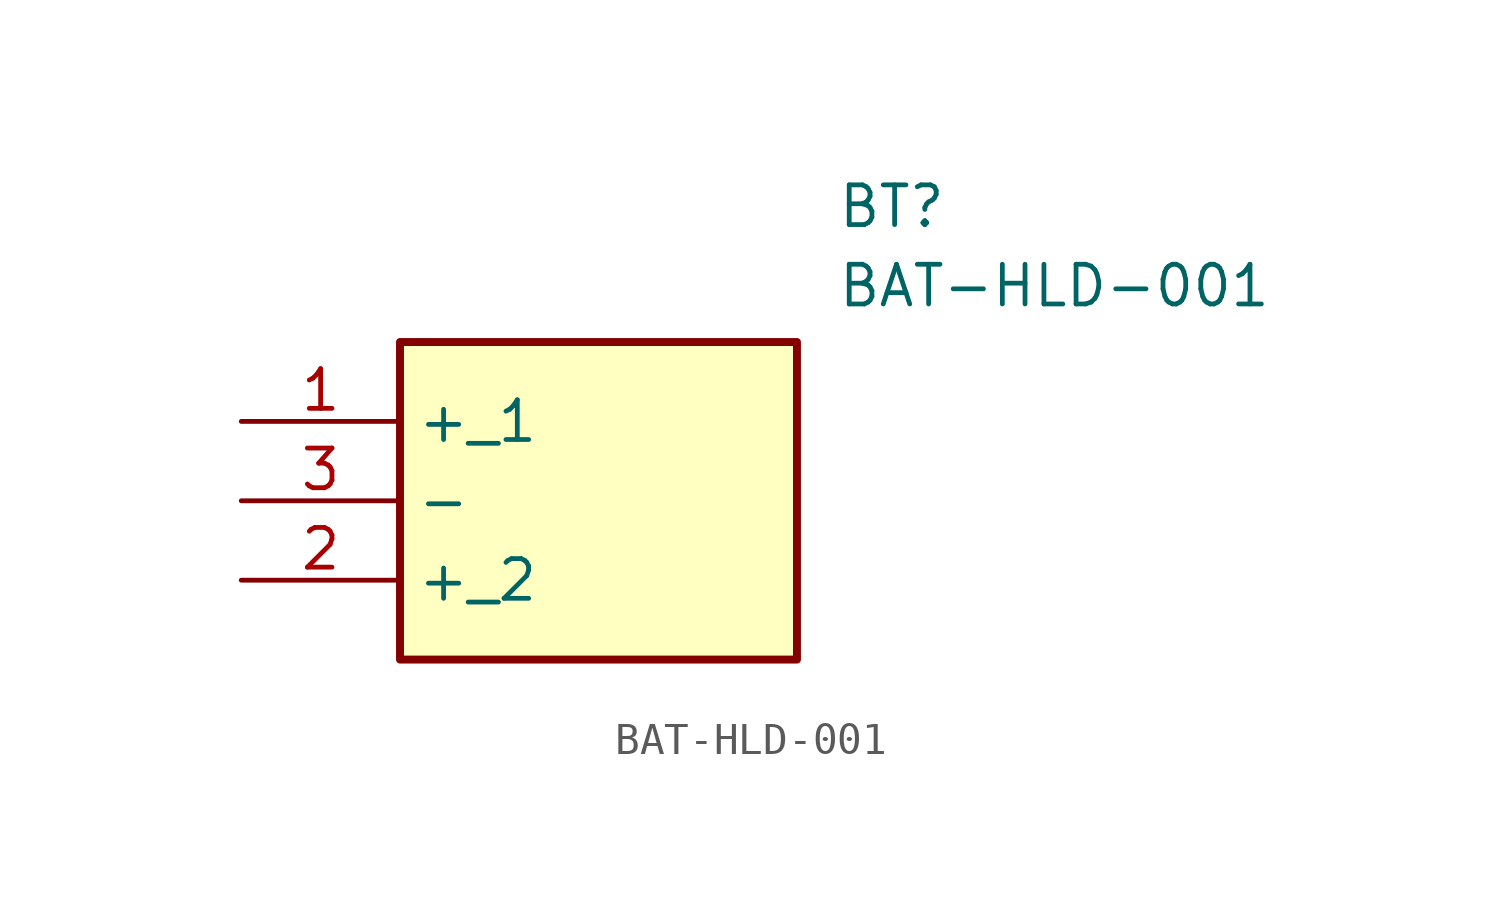
<source format=kicad_sym>
(kicad_symbol_lib
  (version 20231120)
  (generator "kicad_symbol_editor")
  (generator_version "8.0")
  (symbol "BAT-HLD-001"
    (property "Reference" "BT"
      (at 19.05 7.62 0)
      (effects (font (size 1.27 1.27)) (justify left top)))
    (property "Value" "BAT-HLD-001"
      (at 19.05 5.08 0)
      (effects (font (size 1.27 1.27)) (justify left top)))
    (symbol "BAT-HLD-001_1_1"
      (rectangle (start 5.08 2.54) (end 17.78 -7.62) (stroke (width 0.254) (type default)) (fill (type background)))
      (pin passive line (at 0 0 0) (length 5.08) (name "+_1" (effects (font (size 1.27 1.27)))) (number "1" (effects (font (size 1.27 1.27)))))
      (pin passive line (at 0 -5.08 0) (length 5.08) (name "+_2" (effects (font (size 1.27 1.27)))) (number "2" (effects (font (size 1.27 1.27)))))
      (pin passive line (at 0 -2.54 0) (length 5.08) (name "-" (effects (font (size 1.27 1.27)))) (number "3" (effects (font (size 1.27 1.27))))))))
</source>
